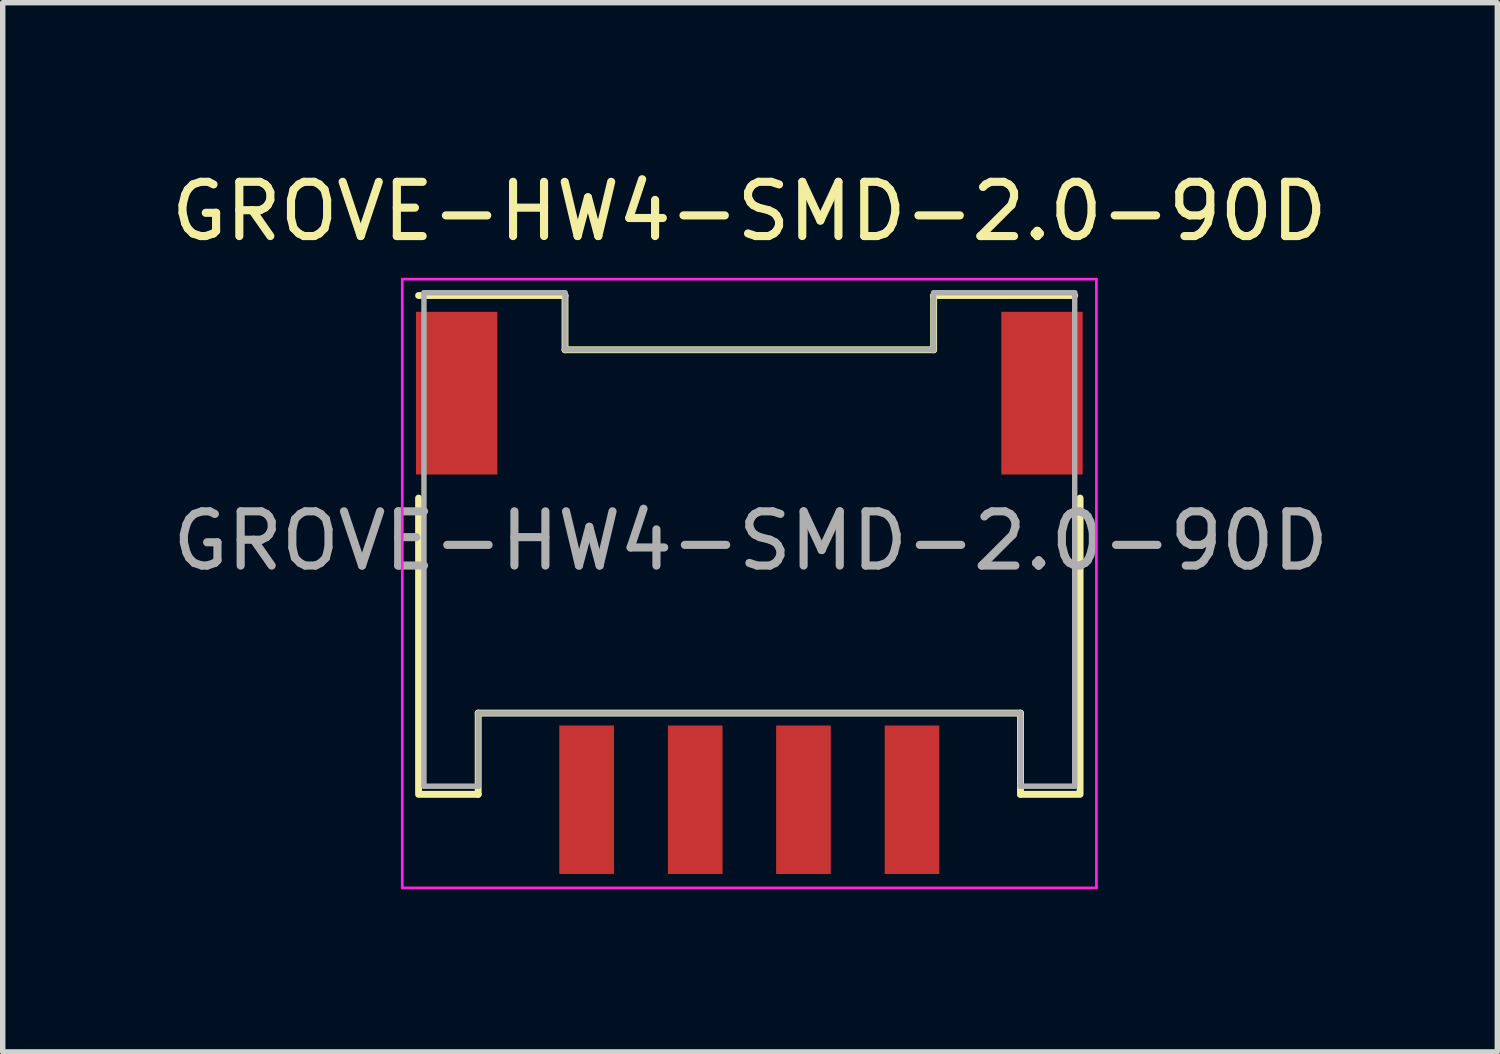
<source format=kicad_pcb>
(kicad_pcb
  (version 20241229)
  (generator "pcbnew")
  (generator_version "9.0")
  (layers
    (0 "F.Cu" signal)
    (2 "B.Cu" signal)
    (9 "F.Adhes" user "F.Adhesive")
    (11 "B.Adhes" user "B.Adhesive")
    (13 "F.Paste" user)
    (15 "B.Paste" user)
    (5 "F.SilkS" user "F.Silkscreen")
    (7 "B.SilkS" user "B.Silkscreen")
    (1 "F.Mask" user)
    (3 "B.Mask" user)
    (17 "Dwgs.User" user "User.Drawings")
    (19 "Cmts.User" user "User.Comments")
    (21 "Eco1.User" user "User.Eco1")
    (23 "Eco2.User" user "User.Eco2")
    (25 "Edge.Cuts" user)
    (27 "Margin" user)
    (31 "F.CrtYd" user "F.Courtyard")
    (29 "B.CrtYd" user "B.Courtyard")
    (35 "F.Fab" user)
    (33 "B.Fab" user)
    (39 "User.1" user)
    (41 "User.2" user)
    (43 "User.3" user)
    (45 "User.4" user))
  (footprint "GROVE-HW4-SMD-2.0-90D"
    (layer "F.Cu")
    (at 10.768 6.898)
    (property "Reference" "GROVE-HW4-SMD-2.0-90D" (at 0 -6.05 0) (layer "F.SilkS") (effects (font (size 1 1) (thickness 0.15))))
    (attr smd)
    (fp_line (start -6.099 -4.499) (end -3.399 -4.499) (stroke (width 0.127) (type solid)) (layer "F.SilkS"))
    (fp_line (start -6.099 -0.763) (end -6.099 4.701) (stroke (width 0.127) (type solid)) (layer "F.SilkS"))
    (fp_line (start -6.053 4.7) (end -5 4.7) (stroke (width 0.127) (type solid)) (layer "F.SilkS"))
    (fp_line (start -5 3.202) (end -5 4.7) (stroke (width 0.127) (type solid)) (layer "F.SilkS"))
    (fp_line (start -5 3.202) (end 5 3.202) (stroke (width 0.127) (type solid)) (layer "F.SilkS"))
    (fp_line (start -3.399 -4.499) (end -3.399 -3.498) (stroke (width 0.127) (type solid)) (layer "F.SilkS"))
    (fp_line (start -3.399 -3.498) (end 3.399 -3.498) (stroke (width 0.127) (type solid)) (layer "F.SilkS"))
    (fp_line (start 3.399 -4.499) (end 5.999 -4.499) (stroke (width 0.127) (type solid)) (layer "F.SilkS"))
    (fp_line (start 3.399 -3.498) (end 3.399 -4.499) (stroke (width 0.127) (type solid)) (layer "F.SilkS"))
    (fp_line (start 5 3.202) (end 5 4.7) (stroke (width 0.127) (type solid)) (layer "F.SilkS"))
    (fp_line (start 6.054 4.7) (end 5 4.7) (stroke (width 0.127) (type solid)) (layer "F.SilkS"))
    (fp_line (start 6.099 -0.763) (end 6.099 4.7) (stroke (width 0.127) (type solid)) (layer "F.SilkS"))
    (fp_line (start -6.4 -4.8) (end 6.4 -4.8) (stroke (width 0.05) (type solid)) (layer "F.CrtYd"))
    (fp_line (start -6.4 6.425) (end -6.4 -4.8) (stroke (width 0.05) (type solid)) (layer "F.CrtYd"))
    (fp_line (start 6.4 -4.8) (end 6.4 6.425) (stroke (width 0.05) (type solid)) (layer "F.CrtYd"))
    (fp_line (start 6.4 6.425) (end -6.4 6.425) (stroke (width 0.05) (type solid)) (layer "F.CrtYd"))
    (fp_line (start -6 -4.55) (end -3.399 -4.55) (stroke (width 0.1) (type solid)) (layer "F.Fab"))
    (fp_line (start -6 4.55) (end -6 -4.55) (stroke (width 0.1) (type solid)) (layer "F.Fab"))
    (fp_line (start -6 4.55) (end -5 4.55) (stroke (width 0.1) (type solid)) (layer "F.Fab"))
    (fp_line (start -5 3.202) (end 5 3.202) (stroke (width 0.1) (type solid)) (layer "F.Fab"))
    (fp_line (start -5 4.55) (end -5 3.202) (stroke (width 0.1) (type solid)) (layer "F.Fab"))
    (fp_line (start -3.399 -4.55) (end -3.399 -3.498) (stroke (width 0.1) (type solid)) (layer "F.Fab"))
    (fp_line (start -3.399 -3.498) (end 3.399 -3.498) (stroke (width 0.1) (type solid)) (layer "F.Fab"))
    (fp_line (start 3.399 -4.55) (end 6 -4.55) (stroke (width 0.1) (type solid)) (layer "F.Fab"))
    (fp_line (start 3.399 -3.498) (end 3.399 -4.55) (stroke (width 0.1) (type solid)) (layer "F.Fab"))
    (fp_line (start 4.999 3.202) (end 4.999 4.55) (stroke (width 0.1) (type solid)) (layer "F.Fab"))
    (fp_line (start 4.999 4.55) (end 6 4.55) (stroke (width 0.1) (type solid)) (layer "F.Fab"))
    (fp_line (start 6 4.55) (end 6 -4.55) (stroke (width 0.1) (type solid)) (layer "F.Fab"))
    (fp_text user "${REFERENCE}" (at 0.025 0.026 0) (layer "F.Fab") (effects (font (size 1 1) (thickness 0.15))))
    (pad "1" smd rect (at -3 4.8 90) (size 2.738 1.008) (layers "F.Cu" "F.Mask" "F.Paste"))
    (pad "2" smd rect (at -0.998 4.8 90) (size 2.738 1.008) (layers "F.Cu" "F.Mask" "F.Paste"))
    (pad "3" smd rect (at 0.998 4.8 90) (size 2.738 1.008) (layers "F.Cu" "F.Mask" "F.Paste"))
    (pad "4" smd rect (at 3 4.8 90) (size 2.738 1.008) (layers "F.Cu" "F.Mask" "F.Paste"))
    (pad "5" smd rect (at -5.397 -2.698 90) (size 3 1.5) (layers "F.Cu" "F.Mask" "F.Paste"))
    (pad "6" smd rect (at 5.397 -2.698 90) (size 3 1.5) (layers "F.Cu" "F.Mask" "F.Paste")))
  (gr_rect
    (start -3 -3)
    (end 24.561 16.348)
    (stroke (width 0.1) (type default))
    (fill no)
    (layer "Edge.Cuts")))
</source>
